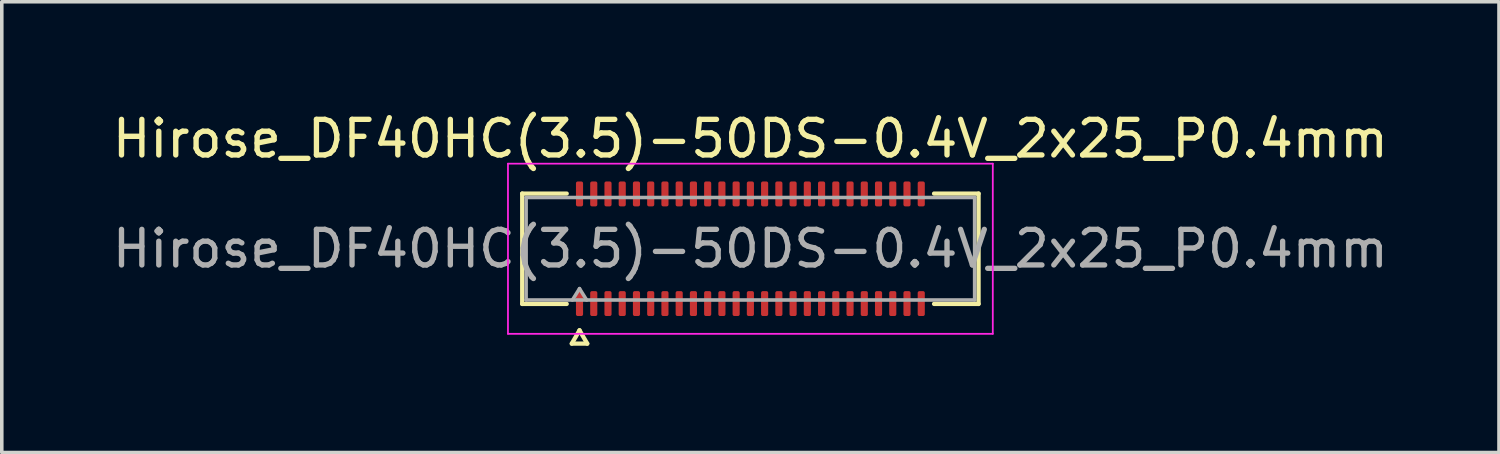
<source format=kicad_pcb>
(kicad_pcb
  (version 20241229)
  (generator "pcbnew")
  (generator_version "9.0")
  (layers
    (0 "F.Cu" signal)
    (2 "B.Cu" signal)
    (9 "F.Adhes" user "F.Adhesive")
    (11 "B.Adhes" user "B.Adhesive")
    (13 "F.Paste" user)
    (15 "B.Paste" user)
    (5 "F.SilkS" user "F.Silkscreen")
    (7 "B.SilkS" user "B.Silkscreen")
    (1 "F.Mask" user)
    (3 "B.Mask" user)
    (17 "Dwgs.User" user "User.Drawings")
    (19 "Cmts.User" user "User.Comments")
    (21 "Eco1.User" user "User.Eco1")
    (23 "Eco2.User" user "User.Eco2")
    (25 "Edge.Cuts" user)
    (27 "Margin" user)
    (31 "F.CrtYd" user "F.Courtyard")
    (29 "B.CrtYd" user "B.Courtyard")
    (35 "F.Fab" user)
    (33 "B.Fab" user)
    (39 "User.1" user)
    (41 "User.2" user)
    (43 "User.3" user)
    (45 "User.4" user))
  (footprint "Hirose_DF40HC(3.5)-50DS-0.4V_2x25_P0.4mm"
    (layer "F.Cu")
    (at 18.03 3.938)
    (property "Reference" "Hirose_DF40HC(3.5)-50DS-0.4V_2x25_P0.4mm" (at 0 -3.09 0) (layer "F.SilkS") (effects (font (size 1 1) (thickness 0.15))))
    (attr smd)
    (fp_line (start -6.41 -1.55) (end -5.16 -1.55) (stroke (width 0.12) (type solid)) (layer "F.SilkS"))
    (fp_line (start -6.41 1.55) (end -6.41 -1.55) (stroke (width 0.12) (type solid)) (layer "F.SilkS"))
    (fp_line (start -5.16 1.55) (end -6.41 1.55) (stroke (width 0.12) (type solid)) (layer "F.SilkS"))
    (fp_line (start -5.017 2.665) (end -4.8 2.29) (stroke (width 0.12) (type solid)) (layer "F.SilkS"))
    (fp_line (start -4.8 2.29) (end -4.583 2.665) (stroke (width 0.12) (type solid)) (layer "F.SilkS"))
    (fp_line (start -4.583 2.665) (end -5.017 2.665) (stroke (width 0.12) (type solid)) (layer "F.SilkS"))
    (fp_line (start 5.16 -1.55) (end 6.41 -1.55) (stroke (width 0.12) (type solid)) (layer "F.SilkS"))
    (fp_line (start 6.41 -1.55) (end 6.41 1.55) (stroke (width 0.12) (type solid)) (layer "F.SilkS"))
    (fp_line (start 6.41 1.55) (end 5.16 1.55) (stroke (width 0.12) (type solid)) (layer "F.SilkS"))
    (fp_line (start -6.81 -2.39) (end -6.81 2.39) (stroke (width 0.05) (type solid)) (layer "F.CrtYd"))
    (fp_line (start -6.81 2.39) (end 6.81 2.39) (stroke (width 0.05) (type solid)) (layer "F.CrtYd"))
    (fp_line (start 6.81 -2.39) (end -6.81 -2.39) (stroke (width 0.05) (type solid)) (layer "F.CrtYd"))
    (fp_line (start 6.81 2.39) (end 6.81 -2.39) (stroke (width 0.05) (type solid)) (layer "F.CrtYd"))
    (fp_line (start -6.3 -1.44) (end 6.3 -1.44) (stroke (width 0.1) (type solid)) (layer "F.Fab"))
    (fp_line (start -6.3 1.44) (end -6.3 -1.44) (stroke (width 0.1) (type solid)) (layer "F.Fab"))
    (fp_line (start -5 1.44) (end -4.8 1.12) (stroke (width 0.1) (type solid)) (layer "F.Fab"))
    (fp_line (start -4.8 1.12) (end -4.6 1.44) (stroke (width 0.1) (type solid)) (layer "F.Fab"))
    (fp_line (start 6.3 -1.44) (end 6.3 1.44) (stroke (width 0.1) (type solid)) (layer "F.Fab"))
    (fp_line (start 6.3 1.44) (end -6.3 1.44) (stroke (width 0.1) (type solid)) (layer "F.Fab"))
    (fp_text user "${REFERENCE}" (at 0 0 0) (layer "F.Fab") (effects (font (size 1 1) (thickness 0.15))))
    (pad "1" smd roundrect (at -4.8 1.54) (size 0.2 0.7) (layers "F.Cu" "F.Mask" "F.Paste") (roundrect_rratio 0.25))
    (pad "2" smd roundrect (at -4.8 -1.54) (size 0.2 0.7) (layers "F.Cu" "F.Mask" "F.Paste") (roundrect_rratio 0.25))
    (pad "3" smd roundrect (at -4.4 1.54) (size 0.2 0.7) (layers "F.Cu" "F.Mask" "F.Paste") (roundrect_rratio 0.25))
    (pad "4" smd roundrect (at -4.4 -1.54) (size 0.2 0.7) (layers "F.Cu" "F.Mask" "F.Paste") (roundrect_rratio 0.25))
    (pad "5" smd roundrect (at -4 1.54) (size 0.2 0.7) (layers "F.Cu" "F.Mask" "F.Paste") (roundrect_rratio 0.25))
    (pad "6" smd roundrect (at -4 -1.54) (size 0.2 0.7) (layers "F.Cu" "F.Mask" "F.Paste") (roundrect_rratio 0.25))
    (pad "7" smd roundrect (at -3.6 1.54) (size 0.2 0.7) (layers "F.Cu" "F.Mask" "F.Paste") (roundrect_rratio 0.25))
    (pad "8" smd roundrect (at -3.6 -1.54) (size 0.2 0.7) (layers "F.Cu" "F.Mask" "F.Paste") (roundrect_rratio 0.25))
    (pad "9" smd roundrect (at -3.2 1.54) (size 0.2 0.7) (layers "F.Cu" "F.Mask" "F.Paste") (roundrect_rratio 0.25))
    (pad "10" smd roundrect (at -3.2 -1.54) (size 0.2 0.7) (layers "F.Cu" "F.Mask" "F.Paste") (roundrect_rratio 0.25))
    (pad "11" smd roundrect (at -2.8 1.54) (size 0.2 0.7) (layers "F.Cu" "F.Mask" "F.Paste") (roundrect_rratio 0.25))
    (pad "12" smd roundrect (at -2.8 -1.54) (size 0.2 0.7) (layers "F.Cu" "F.Mask" "F.Paste") (roundrect_rratio 0.25))
    (pad "13" smd roundrect (at -2.4 1.54) (size 0.2 0.7) (layers "F.Cu" "F.Mask" "F.Paste") (roundrect_rratio 0.25))
    (pad "14" smd roundrect (at -2.4 -1.54) (size 0.2 0.7) (layers "F.Cu" "F.Mask" "F.Paste") (roundrect_rratio 0.25))
    (pad "15" smd roundrect (at -2 1.54) (size 0.2 0.7) (layers "F.Cu" "F.Mask" "F.Paste") (roundrect_rratio 0.25))
    (pad "16" smd roundrect (at -2 -1.54) (size 0.2 0.7) (layers "F.Cu" "F.Mask" "F.Paste") (roundrect_rratio 0.25))
    (pad "17" smd roundrect (at -1.6 1.54) (size 0.2 0.7) (layers "F.Cu" "F.Mask" "F.Paste") (roundrect_rratio 0.25))
    (pad "18" smd roundrect (at -1.6 -1.54) (size 0.2 0.7) (layers "F.Cu" "F.Mask" "F.Paste") (roundrect_rratio 0.25))
    (pad "19" smd roundrect (at -1.2 1.54) (size 0.2 0.7) (layers "F.Cu" "F.Mask" "F.Paste") (roundrect_rratio 0.25))
    (pad "20" smd roundrect (at -1.2 -1.54) (size 0.2 0.7) (layers "F.Cu" "F.Mask" "F.Paste") (roundrect_rratio 0.25))
    (pad "21" smd roundrect (at -0.8 1.54) (size 0.2 0.7) (layers "F.Cu" "F.Mask" "F.Paste") (roundrect_rratio 0.25))
    (pad "22" smd roundrect (at -0.8 -1.54) (size 0.2 0.7) (layers "F.Cu" "F.Mask" "F.Paste") (roundrect_rratio 0.25))
    (pad "23" smd roundrect (at -0.4 1.54) (size 0.2 0.7) (layers "F.Cu" "F.Mask" "F.Paste") (roundrect_rratio 0.25))
    (pad "24" smd roundrect (at -0.4 -1.54) (size 0.2 0.7) (layers "F.Cu" "F.Mask" "F.Paste") (roundrect_rratio 0.25))
    (pad "25" smd roundrect (at 0 1.54) (size 0.2 0.7) (layers "F.Cu" "F.Mask" "F.Paste") (roundrect_rratio 0.25))
    (pad "26" smd roundrect (at 0 -1.54) (size 0.2 0.7) (layers "F.Cu" "F.Mask" "F.Paste") (roundrect_rratio 0.25))
    (pad "27" smd roundrect (at 0.4 1.54) (size 0.2 0.7) (layers "F.Cu" "F.Mask" "F.Paste") (roundrect_rratio 0.25))
    (pad "28" smd roundrect (at 0.4 -1.54) (size 0.2 0.7) (layers "F.Cu" "F.Mask" "F.Paste") (roundrect_rratio 0.25))
    (pad "29" smd roundrect (at 0.8 1.54) (size 0.2 0.7) (layers "F.Cu" "F.Mask" "F.Paste") (roundrect_rratio 0.25))
    (pad "30" smd roundrect (at 0.8 -1.54) (size 0.2 0.7) (layers "F.Cu" "F.Mask" "F.Paste") (roundrect_rratio 0.25))
    (pad "31" smd roundrect (at 1.2 1.54) (size 0.2 0.7) (layers "F.Cu" "F.Mask" "F.Paste") (roundrect_rratio 0.25))
    (pad "32" smd roundrect (at 1.2 -1.54) (size 0.2 0.7) (layers "F.Cu" "F.Mask" "F.Paste") (roundrect_rratio 0.25))
    (pad "33" smd roundrect (at 1.6 1.54) (size 0.2 0.7) (layers "F.Cu" "F.Mask" "F.Paste") (roundrect_rratio 0.25))
    (pad "34" smd roundrect (at 1.6 -1.54) (size 0.2 0.7) (layers "F.Cu" "F.Mask" "F.Paste") (roundrect_rratio 0.25))
    (pad "35" smd roundrect (at 2 1.54) (size 0.2 0.7) (layers "F.Cu" "F.Mask" "F.Paste") (roundrect_rratio 0.25))
    (pad "36" smd roundrect (at 2 -1.54) (size 0.2 0.7) (layers "F.Cu" "F.Mask" "F.Paste") (roundrect_rratio 0.25))
    (pad "37" smd roundrect (at 2.4 1.54) (size 0.2 0.7) (layers "F.Cu" "F.Mask" "F.Paste") (roundrect_rratio 0.25))
    (pad "38" smd roundrect (at 2.4 -1.54) (size 0.2 0.7) (layers "F.Cu" "F.Mask" "F.Paste") (roundrect_rratio 0.25))
    (pad "39" smd roundrect (at 2.8 1.54) (size 0.2 0.7) (layers "F.Cu" "F.Mask" "F.Paste") (roundrect_rratio 0.25))
    (pad "40" smd roundrect (at 2.8 -1.54) (size 0.2 0.7) (layers "F.Cu" "F.Mask" "F.Paste") (roundrect_rratio 0.25))
    (pad "41" smd roundrect (at 3.2 1.54) (size 0.2 0.7) (layers "F.Cu" "F.Mask" "F.Paste") (roundrect_rratio 0.25))
    (pad "42" smd roundrect (at 3.2 -1.54) (size 0.2 0.7) (layers "F.Cu" "F.Mask" "F.Paste") (roundrect_rratio 0.25))
    (pad "43" smd roundrect (at 3.6 1.54) (size 0.2 0.7) (layers "F.Cu" "F.Mask" "F.Paste") (roundrect_rratio 0.25))
    (pad "44" smd roundrect (at 3.6 -1.54) (size 0.2 0.7) (layers "F.Cu" "F.Mask" "F.Paste") (roundrect_rratio 0.25))
    (pad "45" smd roundrect (at 4 1.54) (size 0.2 0.7) (layers "F.Cu" "F.Mask" "F.Paste") (roundrect_rratio 0.25))
    (pad "46" smd roundrect (at 4 -1.54) (size 0.2 0.7) (layers "F.Cu" "F.Mask" "F.Paste") (roundrect_rratio 0.25))
    (pad "47" smd roundrect (at 4.4 1.54) (size 0.2 0.7) (layers "F.Cu" "F.Mask" "F.Paste") (roundrect_rratio 0.25))
    (pad "48" smd roundrect (at 4.4 -1.54) (size 0.2 0.7) (layers "F.Cu" "F.Mask" "F.Paste") (roundrect_rratio 0.25))
    (pad "49" smd roundrect (at 4.8 1.54) (size 0.2 0.7) (layers "F.Cu" "F.Mask" "F.Paste") (roundrect_rratio 0.25))
    (pad "50" smd roundrect (at 4.8 -1.54) (size 0.2 0.7) (layers "F.Cu" "F.Mask" "F.Paste") (roundrect_rratio 0.25)))
  (gr_rect
    (start -3 -3)
    (end 39.06 9.663)
    (stroke (width 0.1) (type default))
    (fill no)
    (layer "Edge.Cuts")))
</source>
